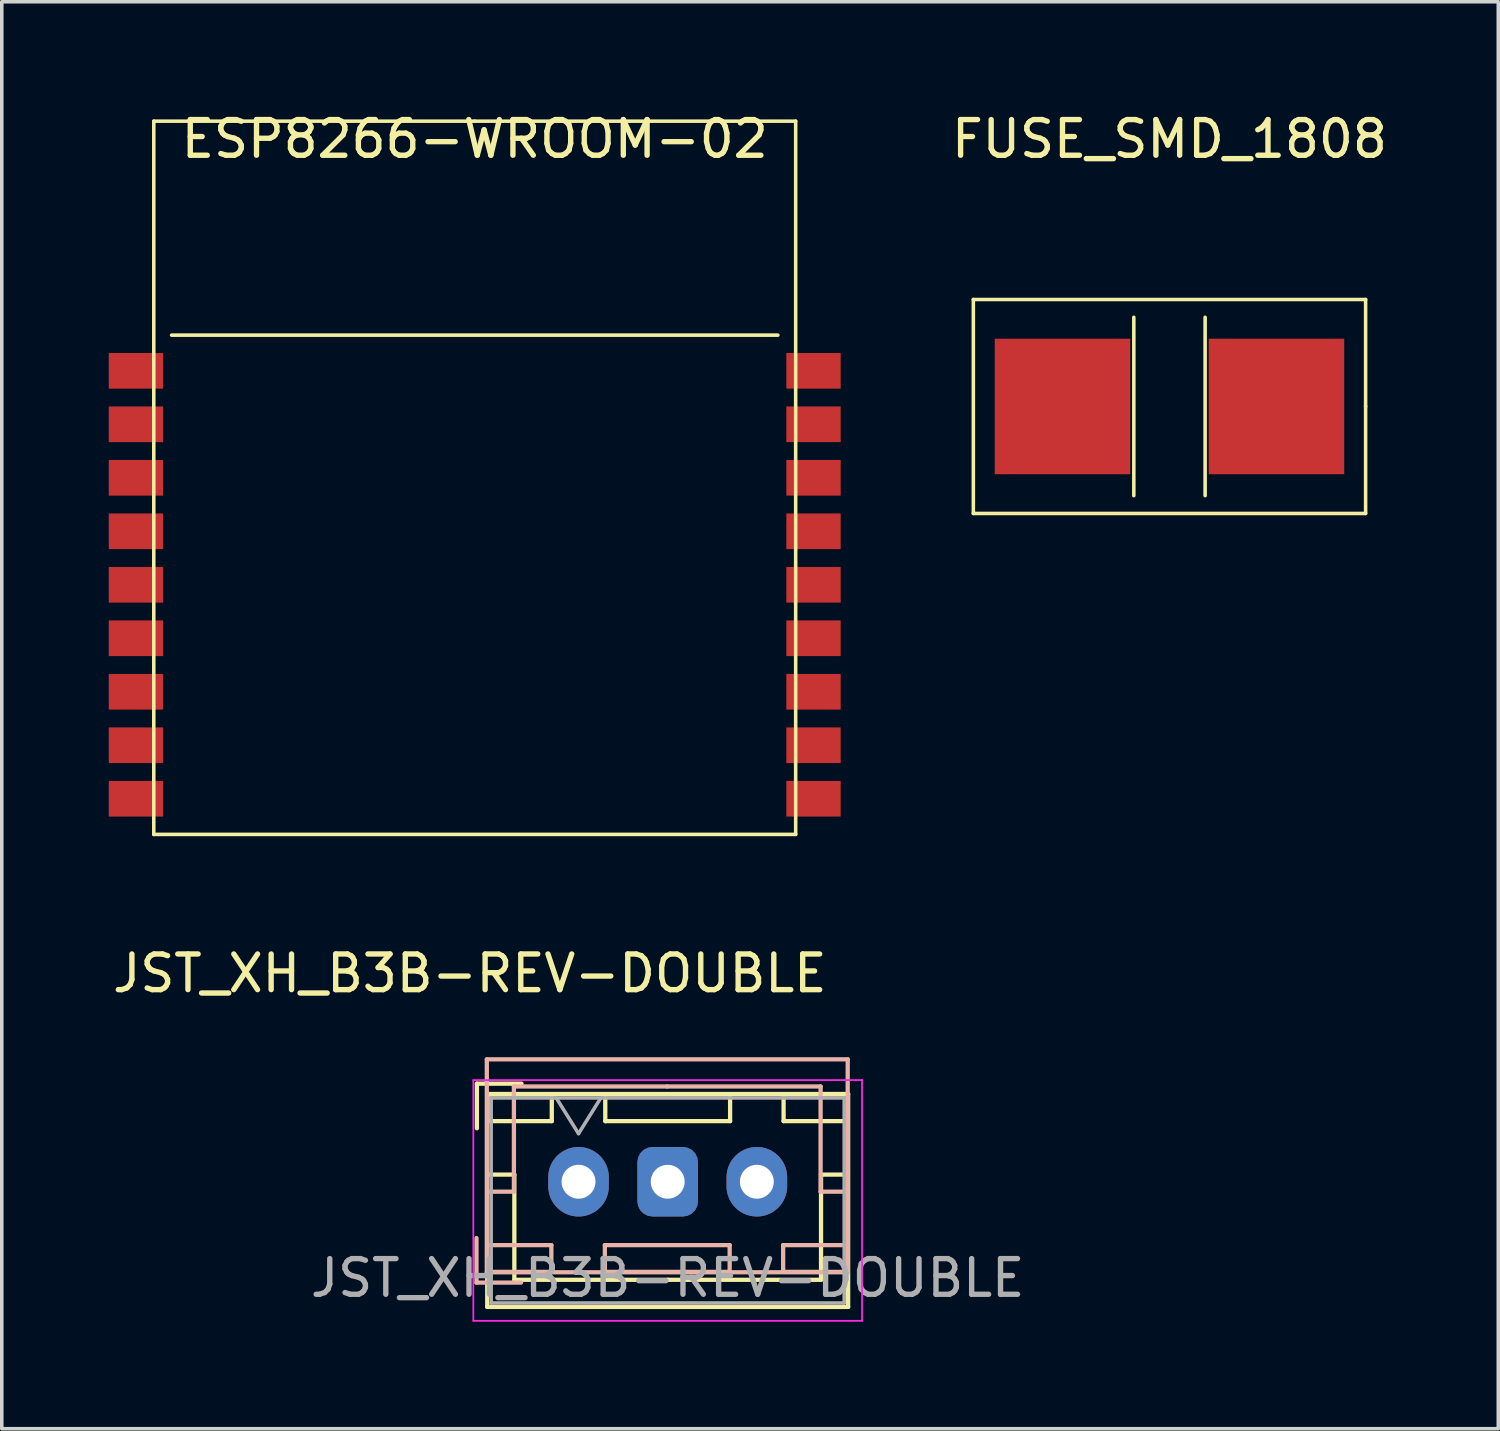
<source format=kicad_pcb>
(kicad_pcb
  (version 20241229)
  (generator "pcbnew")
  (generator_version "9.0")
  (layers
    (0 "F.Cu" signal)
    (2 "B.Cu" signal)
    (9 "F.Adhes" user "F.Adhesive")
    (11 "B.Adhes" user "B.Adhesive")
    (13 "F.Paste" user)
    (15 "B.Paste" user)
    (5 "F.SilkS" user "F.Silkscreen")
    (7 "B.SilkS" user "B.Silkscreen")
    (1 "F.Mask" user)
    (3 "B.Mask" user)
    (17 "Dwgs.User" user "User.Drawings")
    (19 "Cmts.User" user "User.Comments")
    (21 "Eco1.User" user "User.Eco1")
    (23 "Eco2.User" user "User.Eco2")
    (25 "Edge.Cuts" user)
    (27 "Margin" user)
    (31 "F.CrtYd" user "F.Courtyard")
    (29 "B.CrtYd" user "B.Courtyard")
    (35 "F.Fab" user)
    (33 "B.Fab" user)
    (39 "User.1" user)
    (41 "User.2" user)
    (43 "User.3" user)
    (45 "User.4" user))
  (footprint "ESP8266-WROOM-02"
    (layer "F.Cu")
    (at 10.262 0.348)
    (property "Reference" "ESP8266-WROOM-02" (at 0 0.5 0) (layer "F.SilkS") (effects (font (size 1 1) (thickness 0.15))))
    (attr through_hole)
    (fp_line (start -9 0) (end -9 20) (stroke (width 0.1) (type solid)) (layer "F.SilkS"))
    (fp_line (start -9 20) (end 9 20) (stroke (width 0.1) (type solid)) (layer "F.SilkS"))
    (fp_line (start -8.5 6) (end 8.5 6) (stroke (width 0.1) (type solid)) (layer "F.SilkS"))
    (fp_line (start 0 0) (end -9 0) (stroke (width 0.1) (type solid)) (layer "F.SilkS"))
    (fp_line (start 9 0) (end 0 0) (stroke (width 0.1) (type solid)) (layer "F.SilkS"))
    (fp_line (start 9 20) (end 9 0) (stroke (width 0.1) (type solid)) (layer "F.SilkS"))
    (pad "1" smd rect (at -9.5 7) (size 1.524 1) (layers "F.Cu" "F.Mask" "F.Paste"))
    (pad "2" smd rect (at -9.5 8.5) (size 1.524 1) (layers "F.Cu" "F.Mask" "F.Paste"))
    (pad "3" smd rect (at -9.5 10) (size 1.524 1) (layers "F.Cu" "F.Mask" "F.Paste"))
    (pad "4" smd rect (at -9.5 11.5) (size 1.524 1) (layers "F.Cu" "F.Mask" "F.Paste"))
    (pad "5" smd rect (at -9.5 13) (size 1.524 1) (layers "F.Cu" "F.Mask" "F.Paste"))
    (pad "6" smd rect (at -9.5 14.5) (size 1.524 1) (layers "F.Cu" "F.Mask" "F.Paste"))
    (pad "7" smd rect (at -9.5 16) (size 1.524 1) (layers "F.Cu" "F.Mask" "F.Paste"))
    (pad "8" smd rect (at -9.5 17.5) (size 1.524 1) (layers "F.Cu" "F.Mask" "F.Paste"))
    (pad "9" smd rect (at -9.5 19) (size 1.524 1) (layers "F.Cu" "F.Mask" "F.Paste"))
    (pad "10" smd rect (at 9.5 19) (size 1.524 1) (layers "F.Cu" "F.Mask" "F.Paste"))
    (pad "11" smd rect (at 9.5 17.5) (size 1.524 1) (layers "F.Cu" "F.Mask" "F.Paste"))
    (pad "12" smd rect (at 9.5 16) (size 1.524 1) (layers "F.Cu" "F.Mask" "F.Paste"))
    (pad "13" smd rect (at 9.5 14.5) (size 1.524 1) (layers "F.Cu" "F.Mask" "F.Paste"))
    (pad "14" smd rect (at 9.5 13) (size 1.524 1) (layers "F.Cu" "F.Mask" "F.Paste"))
    (pad "15" smd rect (at 9.5 11.5) (size 1.524 1) (layers "F.Cu" "F.Mask" "F.Paste"))
    (pad "16" smd rect (at 9.5 10) (size 1.524 1) (layers "F.Cu" "F.Mask" "F.Paste"))
    (pad "17" smd rect (at 9.5 8.5) (size 1.524 1) (layers "F.Cu" "F.Mask" "F.Paste"))
    (pad "18" smd rect (at 9.5 7) (size 1.524 1) (layers "F.Cu" "F.Mask" "F.Paste")))
  (footprint "FUSE_SMD_1808"
    (layer "F.Cu")
    (at 29.744 8.348)
    (property "Reference" "FUSE_SMD_1808" (at 0 -7.5 0) (layer "F.SilkS") (effects (font (size 1 1) (thickness 0.15))))
    (attr through_hole)
    (fp_line (start -5.5 -3) (end 5.5 -3) (stroke (width 0.1) (type solid)) (layer "F.SilkS"))
    (fp_line (start -5.5 3) (end -5.5 -3) (stroke (width 0.1) (type solid)) (layer "F.SilkS"))
    (fp_line (start -1 -2.5) (end -1 2.5) (stroke (width 0.1) (type solid)) (layer "F.SilkS"))
    (fp_line (start 1 -2.5) (end 1 2.5) (stroke (width 0.1) (type solid)) (layer "F.SilkS"))
    (fp_line (start 5.5 -3) (end 5.5 0) (stroke (width 0.1) (type solid)) (layer "F.SilkS"))
    (fp_line (start 5.5 0) (end 5.5 3) (stroke (width 0.1) (type solid)) (layer "F.SilkS"))
    (fp_line (start 5.5 3) (end -5.5 3) (stroke (width 0.1) (type solid)) (layer "F.SilkS"))
    (pad "1" smd rect (at -3 0) (size 3.8 3.8) (layers "F.Cu" "F.Mask" "F.Paste"))
    (pad "2" smd rect (at 3 0) (size 3.8 3.8) (layers "F.Cu" "F.Mask" "F.Paste")))
  (footprint "JST_XH_B3B-REV-DOUBLE"
    (layer "F.Cu")
    (at 13.173 30.088)
    (property "Reference" "JST_XH_B3B-REV-DOUBLE" (at -3.048 -5.842 0) (layer "F.SilkS") (effects (font (size 1 1) (thickness 0.15))))
    (attr through_hole)
    (fp_line (start -2.85 -2.75) (end -2.85 -1.5) (stroke (width 0.12) (type solid)) (layer "F.SilkS"))
    (fp_line (start -2.56 -2.46) (end -2.56 3.51) (stroke (width 0.12) (type solid)) (layer "F.SilkS"))
    (fp_line (start -2.56 3.51) (end 7.56 3.51) (stroke (width 0.12) (type solid)) (layer "F.SilkS"))
    (fp_line (start -2.55 -2.45) (end -2.55 -1.7) (stroke (width 0.12) (type solid)) (layer "F.SilkS"))
    (fp_line (start -2.55 -1.7) (end -0.75 -1.7) (stroke (width 0.12) (type solid)) (layer "F.SilkS"))
    (fp_line (start -2.55 -0.2) (end -1.8 -0.2) (stroke (width 0.12) (type solid)) (layer "F.SilkS"))
    (fp_line (start -1.8 -0.2) (end -1.8 2.75) (stroke (width 0.12) (type solid)) (layer "F.SilkS"))
    (fp_line (start -1.8 2.75) (end 2.5 2.75) (stroke (width 0.12) (type solid)) (layer "F.SilkS"))
    (fp_line (start -1.6 -2.75) (end -2.85 -2.75) (stroke (width 0.12) (type solid)) (layer "F.SilkS"))
    (fp_line (start -0.75 -2.45) (end -2.55 -2.45) (stroke (width 0.12) (type solid)) (layer "F.SilkS"))
    (fp_line (start -0.75 -1.7) (end -0.75 -2.45) (stroke (width 0.12) (type solid)) (layer "F.SilkS"))
    (fp_line (start 0.75 -2.45) (end 0.75 -1.7) (stroke (width 0.12) (type solid)) (layer "F.SilkS"))
    (fp_line (start 0.75 -1.7) (end 4.25 -1.7) (stroke (width 0.12) (type solid)) (layer "F.SilkS"))
    (fp_line (start 4.25 -2.45) (end 0.75 -2.45) (stroke (width 0.12) (type solid)) (layer "F.SilkS"))
    (fp_line (start 4.25 -1.7) (end 4.25 -2.45) (stroke (width 0.12) (type solid)) (layer "F.SilkS"))
    (fp_line (start 5.75 -2.45) (end 5.75 -1.7) (stroke (width 0.12) (type solid)) (layer "F.SilkS"))
    (fp_line (start 5.75 -1.7) (end 7.55 -1.7) (stroke (width 0.12) (type solid)) (layer "F.SilkS"))
    (fp_line (start 6.8 -0.2) (end 6.8 2.75) (stroke (width 0.12) (type solid)) (layer "F.SilkS"))
    (fp_line (start 6.8 2.75) (end 2.5 2.75) (stroke (width 0.12) (type solid)) (layer "F.SilkS"))
    (fp_line (start 7.55 -2.45) (end 5.75 -2.45) (stroke (width 0.12) (type solid)) (layer "F.SilkS"))
    (fp_line (start 7.55 -1.7) (end 7.55 -2.45) (stroke (width 0.12) (type solid)) (layer "F.SilkS"))
    (fp_line (start 7.55 -0.2) (end 6.8 -0.2) (stroke (width 0.12) (type solid)) (layer "F.SilkS"))
    (fp_line (start 7.56 -2.46) (end -2.56 -2.46) (stroke (width 0.12) (type solid)) (layer "F.SilkS"))
    (fp_line (start 7.56 3.51) (end 7.56 -2.46) (stroke (width 0.12) (type solid)) (layer "F.SilkS"))
    (fp_line (start -2.862 2.828) (end -2.862 1.578) (stroke (width 0.12) (type solid)) (layer "B.SilkS"))
    (fp_line (start -2.572 -3.432) (end 7.548 -3.432) (stroke (width 0.12) (type solid)) (layer "B.SilkS"))
    (fp_line (start -2.572 2.538) (end -2.572 -3.432) (stroke (width 0.12) (type solid)) (layer "B.SilkS"))
    (fp_line (start -2.562 0.278) (end -1.812 0.278) (stroke (width 0.12) (type solid)) (layer "B.SilkS"))
    (fp_line (start -2.562 1.778) (end -0.762 1.778) (stroke (width 0.12) (type solid)) (layer "B.SilkS"))
    (fp_line (start -2.562 2.528) (end -2.562 1.778) (stroke (width 0.12) (type solid)) (layer "B.SilkS"))
    (fp_line (start -1.812 -2.672) (end 2.488 -2.672) (stroke (width 0.12) (type solid)) (layer "B.SilkS"))
    (fp_line (start -1.812 0.278) (end -1.812 -2.672) (stroke (width 0.12) (type solid)) (layer "B.SilkS"))
    (fp_line (start -1.612 2.828) (end -2.862 2.828) (stroke (width 0.12) (type solid)) (layer "B.SilkS"))
    (fp_line (start -0.762 1.778) (end -0.762 2.528) (stroke (width 0.12) (type solid)) (layer "B.SilkS"))
    (fp_line (start -0.762 2.528) (end -2.562 2.528) (stroke (width 0.12) (type solid)) (layer "B.SilkS"))
    (fp_line (start 0.738 1.778) (end 4.238 1.778) (stroke (width 0.12) (type solid)) (layer "B.SilkS"))
    (fp_line (start 0.738 2.528) (end 0.738 1.778) (stroke (width 0.12) (type solid)) (layer "B.SilkS"))
    (fp_line (start 4.238 1.778) (end 4.238 2.528) (stroke (width 0.12) (type solid)) (layer "B.SilkS"))
    (fp_line (start 4.238 2.528) (end 0.738 2.528) (stroke (width 0.12) (type solid)) (layer "B.SilkS"))
    (fp_line (start 5.738 1.778) (end 7.538 1.778) (stroke (width 0.12) (type solid)) (layer "B.SilkS"))
    (fp_line (start 5.738 2.528) (end 5.738 1.778) (stroke (width 0.12) (type solid)) (layer "B.SilkS"))
    (fp_line (start 6.788 -2.672) (end 2.488 -2.672) (stroke (width 0.12) (type solid)) (layer "B.SilkS"))
    (fp_line (start 6.788 0.278) (end 6.788 -2.672) (stroke (width 0.12) (type solid)) (layer "B.SilkS"))
    (fp_line (start 7.538 0.278) (end 6.788 0.278) (stroke (width 0.12) (type solid)) (layer "B.SilkS"))
    (fp_line (start 7.538 1.778) (end 7.538 2.528) (stroke (width 0.12) (type solid)) (layer "B.SilkS"))
    (fp_line (start 7.538 2.528) (end 5.738 2.528) (stroke (width 0.12) (type solid)) (layer "B.SilkS"))
    (fp_line (start 7.548 -3.432) (end 7.548 2.538) (stroke (width 0.12) (type solid)) (layer "B.SilkS"))
    (fp_line (start 7.548 2.538) (end -2.572 2.538) (stroke (width 0.12) (type solid)) (layer "B.SilkS"))
    (fp_line (start -2.95 -2.85) (end -2.95 3.9) (stroke (width 0.05) (type solid)) (layer "F.CrtYd"))
    (fp_line (start -2.95 3.9) (end 7.95 3.9) (stroke (width 0.05) (type solid)) (layer "F.CrtYd"))
    (fp_line (start 7.95 -2.85) (end -2.95 -2.85) (stroke (width 0.05) (type solid)) (layer "F.CrtYd"))
    (fp_line (start 7.95 3.9) (end 7.95 -2.85) (stroke (width 0.05) (type solid)) (layer "F.CrtYd"))
    (fp_line (start -2.45 -2.35) (end -2.45 3.4) (stroke (width 0.1) (type solid)) (layer "F.Fab"))
    (fp_line (start -2.45 3.4) (end 7.45 3.4) (stroke (width 0.1) (type solid)) (layer "F.Fab"))
    (fp_line (start -0.625 -2.35) (end 0 -1.35) (stroke (width 0.1) (type solid)) (layer "F.Fab"))
    (fp_line (start 0 -1.35) (end 0.625 -2.35) (stroke (width 0.1) (type solid)) (layer "F.Fab"))
    (fp_line (start 7.45 -2.35) (end -2.45 -2.35) (stroke (width 0.1) (type solid)) (layer "F.Fab"))
    (fp_line (start 7.45 3.4) (end 7.45 -2.35) (stroke (width 0.1) (type solid)) (layer "F.Fab"))
    (fp_text user "${REFERENCE}" (at 2.5 2.7 0) (layer "F.Fab") (effects (font (size 1 1) (thickness 0.15))))
    (pad "1" thru_hole oval (at 0 0) (size 1.7 1.95) (drill 0.95) (layers "*.Cu" "*.Mask"))
    (pad "2" thru_hole roundrect (at 2.5 0) (size 1.7 1.95) (drill 0.95) (layers "*.Cu" "*.Mask") (roundrect_rratio 0.25))
    (pad "3" thru_hole oval (at 5 0) (size 1.7 1.95) (drill 0.95) (layers "*.Cu" "*.Mask")))
  (gr_rect
    (start -3 -3)
    (end 38.964 37.014)
    (stroke (width 0.1) (type default))
    (fill no)
    (layer "Edge.Cuts")))
</source>
